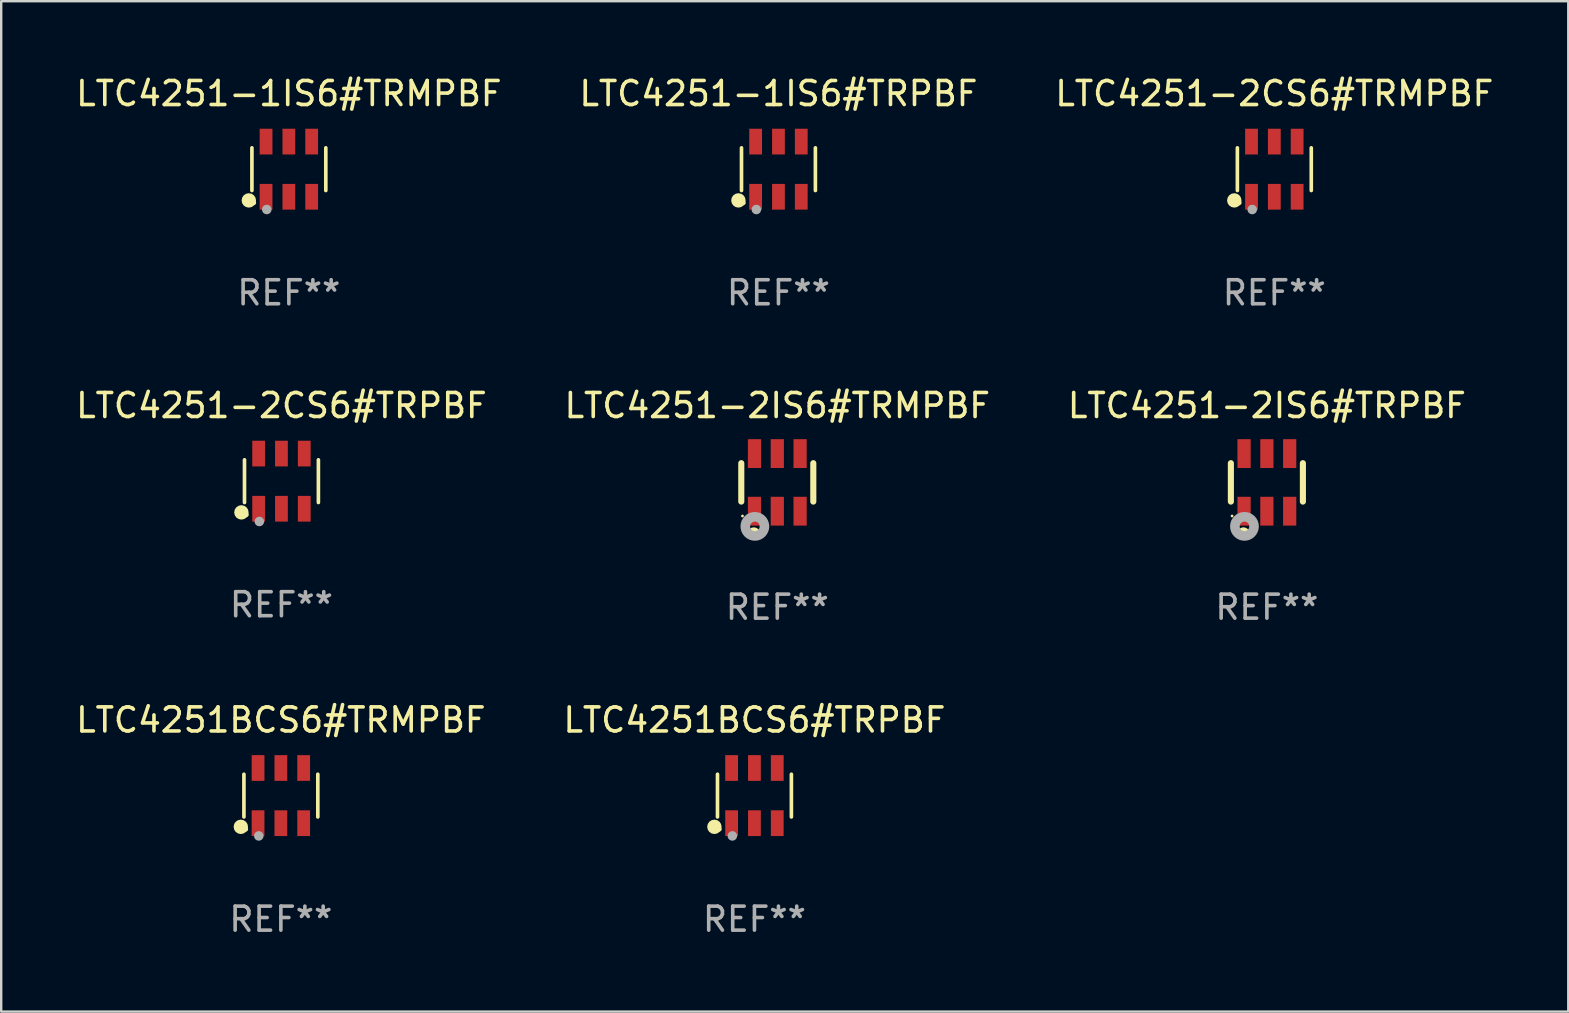
<source format=kicad_pcb>
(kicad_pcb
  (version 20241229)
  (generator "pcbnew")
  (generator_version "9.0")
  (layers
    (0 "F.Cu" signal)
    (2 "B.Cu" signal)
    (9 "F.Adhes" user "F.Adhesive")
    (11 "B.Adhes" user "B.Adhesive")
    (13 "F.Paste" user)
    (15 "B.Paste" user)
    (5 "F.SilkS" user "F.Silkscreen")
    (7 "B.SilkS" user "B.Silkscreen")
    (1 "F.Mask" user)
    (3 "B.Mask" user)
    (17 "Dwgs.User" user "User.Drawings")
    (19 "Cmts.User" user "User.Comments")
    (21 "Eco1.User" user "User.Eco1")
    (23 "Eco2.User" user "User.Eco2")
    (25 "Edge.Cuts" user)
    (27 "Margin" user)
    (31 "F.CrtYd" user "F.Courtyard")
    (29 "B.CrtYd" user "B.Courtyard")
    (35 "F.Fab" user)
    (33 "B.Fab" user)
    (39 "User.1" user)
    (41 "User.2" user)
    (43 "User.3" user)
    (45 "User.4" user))
  (footprint "LTC4251-2IS6#TRPBF"
    (layer "F.Cu")
    (at 49.72 17.043)
    (property "Reference" "LTC4251-2IS6#TRPBF" (at 0 -3.2 0) (layer "F.SilkS") (effects (font (size 1 1) (thickness 0.15))))
    (attr through_hole)
    (fp_line (start -1.5 0.8) (end -1.5 -0.8) (stroke (width 0.254) (type solid)) (layer "F.SilkS"))
    (fp_line (start 1.5 -0.8) (end 1.5 0.8) (stroke (width 0.254) (type solid)) (layer "F.SilkS"))
    (fp_circle (center -1.45 1.4) (end -1.42 1.4) (stroke (width 0.06) (type solid)) (fill no) (layer "F.SilkS"))
    (fp_circle (center -0.975 2.125) (end -0.848 2.125) (stroke (width 0.254) (type solid)) (fill no) (layer "F.SilkS"))
    (fp_circle (center -0.934 1.832) (end -0.735 1.832) (stroke (width 0.4) (type solid)) (fill no) (layer "F.Fab"))
    (fp_text user "REF**" (at 0 5.2 0) (layer "F.Fab") (effects (font (size 1 1) (thickness 0.15))))
    (pad "1" smd rect (at -0.95 1.2) (size 0.55 1.2) (layers "F.Cu" "F.Mask" "F.Paste"))
    (pad "2" smd rect (at 0 1.2) (size 0.55 1.2) (layers "F.Cu" "F.Mask" "F.Paste"))
    (pad "3" smd rect (at 0.95 1.2) (size 0.55 1.2) (layers "F.Cu" "F.Mask" "F.Paste"))
    (pad "4" smd rect (at 0.95 -1.2) (size 0.55 1.2) (layers "F.Cu" "F.Mask" "F.Paste"))
    (pad "5" smd rect (at 0 -1.2) (size 0.55 1.2) (layers "F.Cu" "F.Mask" "F.Paste"))
    (pad "6" smd rect (at -0.95 -1.2) (size 0.55 1.2) (layers "F.Cu" "F.Mask" "F.Paste")))
  (footprint "LTC4251-2CS6#TRPBF"
    (layer "F.Cu")
    (at 8.673 16.992)
    (property "Reference" "LTC4251-2CS6#TRPBF" (at 0 -3.149 0) (layer "F.SilkS") (effects (font (size 1 1) (thickness 0.15))))
    (attr through_hole)
    (fp_line (start -1.539 0.889) (end -1.539 -0.889) (stroke (width 0.152) (type solid)) (layer "F.SilkS"))
    (fp_line (start 1.539 0.889) (end 1.539 -0.889) (stroke (width 0.152) (type solid)) (layer "F.SilkS"))
    (fp_circle (center -1.668 1.301) (end -1.518 1.301) (stroke (width 0.3) (type solid)) (fill no) (layer "F.SilkS"))
    (fp_circle (center -1.463 1.4) (end -1.413 1.4) (stroke (width 0.1) (type solid)) (fill no) (layer "F.SilkS"))
    (fp_circle (center -0.92 1.68) (end -0.82 1.68) (stroke (width 0.2) (type solid)) (fill no) (layer "F.Fab"))
    (fp_text user "REF**" (at 0 5.149 0) (layer "F.Fab") (effects (font (size 1 1) (thickness 0.15))))
    (pad "1" smd rect (at -0.95 1.149) (size 0.532 1.072) (layers "F.Cu" "F.Mask" "F.Paste"))
    (pad "2" smd rect (at 0 1.149) (size 0.532 1.072) (layers "F.Cu" "F.Mask" "F.Paste"))
    (pad "3" smd rect (at 0.95 1.149) (size 0.532 1.072) (layers "F.Cu" "F.Mask" "F.Paste"))
    (pad "4" smd rect (at 0.95 -1.149) (size 0.532 1.072) (layers "F.Cu" "F.Mask" "F.Paste"))
    (pad "5" smd rect (at 0 -1.149) (size 0.532 1.072) (layers "F.Cu" "F.Mask" "F.Paste"))
    (pad "6" smd rect (at -0.95 -1.149) (size 0.532 1.072) (layers "F.Cu" "F.Mask" "F.Paste")))
  (footprint "LTC4251BCS6#TRMPBF"
    (layer "F.Cu")
    (at 8.649 30.089)
    (property "Reference" "LTC4251BCS6#TRMPBF" (at 0 -3.149 0) (layer "F.SilkS") (effects (font (size 1 1) (thickness 0.15))))
    (attr through_hole)
    (fp_line (start -1.539 0.889) (end -1.539 -0.889) (stroke (width 0.152) (type solid)) (layer "F.SilkS"))
    (fp_line (start 1.539 0.889) (end 1.539 -0.889) (stroke (width 0.152) (type solid)) (layer "F.SilkS"))
    (fp_circle (center -1.668 1.301) (end -1.518 1.301) (stroke (width 0.3) (type solid)) (fill no) (layer "F.SilkS"))
    (fp_circle (center -1.463 1.4) (end -1.413 1.4) (stroke (width 0.1) (type solid)) (fill no) (layer "F.SilkS"))
    (fp_circle (center -0.92 1.68) (end -0.82 1.68) (stroke (width 0.2) (type solid)) (fill no) (layer "F.Fab"))
    (fp_text user "REF**" (at 0 5.149 0) (layer "F.Fab") (effects (font (size 1 1) (thickness 0.15))))
    (pad "1" smd rect (at -0.95 1.149) (size 0.532 1.072) (layers "F.Cu" "F.Mask" "F.Paste"))
    (pad "2" smd rect (at 0 1.149) (size 0.532 1.072) (layers "F.Cu" "F.Mask" "F.Paste"))
    (pad "3" smd rect (at 0.95 1.149) (size 0.532 1.072) (layers "F.Cu" "F.Mask" "F.Paste"))
    (pad "4" smd rect (at 0.95 -1.149) (size 0.532 1.072) (layers "F.Cu" "F.Mask" "F.Paste"))
    (pad "5" smd rect (at 0 -1.149) (size 0.532 1.072) (layers "F.Cu" "F.Mask" "F.Paste"))
    (pad "6" smd rect (at -0.95 -1.149) (size 0.532 1.072) (layers "F.Cu" "F.Mask" "F.Paste")))
  (footprint "LTC4251-1IS6#TRPBF"
    (layer "F.Cu")
    (at 29.375 3.997)
    (property "Reference" "LTC4251-1IS6#TRPBF" (at 0 -3.149 0) (layer "F.SilkS") (effects (font (size 1 1) (thickness 0.15))))
    (attr through_hole)
    (fp_line (start -1.539 0.889) (end -1.539 -0.889) (stroke (width 0.152) (type solid)) (layer "F.SilkS"))
    (fp_line (start 1.539 0.889) (end 1.539 -0.889) (stroke (width 0.152) (type solid)) (layer "F.SilkS"))
    (fp_circle (center -1.668 1.301) (end -1.518 1.301) (stroke (width 0.3) (type solid)) (fill no) (layer "F.SilkS"))
    (fp_circle (center -1.463 1.4) (end -1.413 1.4) (stroke (width 0.1) (type solid)) (fill no) (layer "F.SilkS"))
    (fp_circle (center -0.92 1.68) (end -0.82 1.68) (stroke (width 0.2) (type solid)) (fill no) (layer "F.Fab"))
    (fp_text user "REF**" (at 0 5.149 0) (layer "F.Fab") (effects (font (size 1 1) (thickness 0.15))))
    (pad "1" smd rect (at -0.95 1.149) (size 0.532 1.072) (layers "F.Cu" "F.Mask" "F.Paste"))
    (pad "2" smd rect (at 0 1.149) (size 0.532 1.072) (layers "F.Cu" "F.Mask" "F.Paste"))
    (pad "3" smd rect (at 0.95 1.149) (size 0.532 1.072) (layers "F.Cu" "F.Mask" "F.Paste"))
    (pad "4" smd rect (at 0.95 -1.149) (size 0.532 1.072) (layers "F.Cu" "F.Mask" "F.Paste"))
    (pad "5" smd rect (at 0 -1.149) (size 0.532 1.072) (layers "F.Cu" "F.Mask" "F.Paste"))
    (pad "6" smd rect (at -0.95 -1.149) (size 0.532 1.072) (layers "F.Cu" "F.Mask" "F.Paste")))
  (footprint "LTC4251-1IS6#TRMPBF"
    (layer "F.Cu")
    (at 8.982 3.997)
    (property "Reference" "LTC4251-1IS6#TRMPBF" (at 0 -3.149 0) (layer "F.SilkS") (effects (font (size 1 1) (thickness 0.15))))
    (attr through_hole)
    (fp_line (start -1.539 0.889) (end -1.539 -0.889) (stroke (width 0.152) (type solid)) (layer "F.SilkS"))
    (fp_line (start 1.539 0.889) (end 1.539 -0.889) (stroke (width 0.152) (type solid)) (layer "F.SilkS"))
    (fp_circle (center -1.668 1.301) (end -1.518 1.301) (stroke (width 0.3) (type solid)) (fill no) (layer "F.SilkS"))
    (fp_circle (center -1.463 1.4) (end -1.413 1.4) (stroke (width 0.1) (type solid)) (fill no) (layer "F.SilkS"))
    (fp_circle (center -0.92 1.68) (end -0.82 1.68) (stroke (width 0.2) (type solid)) (fill no) (layer "F.Fab"))
    (fp_text user "REF**" (at 0 5.149 0) (layer "F.Fab") (effects (font (size 1 1) (thickness 0.15))))
    (pad "1" smd rect (at -0.95 1.149) (size 0.532 1.072) (layers "F.Cu" "F.Mask" "F.Paste"))
    (pad "2" smd rect (at 0 1.149) (size 0.532 1.072) (layers "F.Cu" "F.Mask" "F.Paste"))
    (pad "3" smd rect (at 0.95 1.149) (size 0.532 1.072) (layers "F.Cu" "F.Mask" "F.Paste"))
    (pad "4" smd rect (at 0.95 -1.149) (size 0.532 1.072) (layers "F.Cu" "F.Mask" "F.Paste"))
    (pad "5" smd rect (at 0 -1.149) (size 0.532 1.072) (layers "F.Cu" "F.Mask" "F.Paste"))
    (pad "6" smd rect (at -0.95 -1.149) (size 0.532 1.072) (layers "F.Cu" "F.Mask" "F.Paste")))
  (footprint "LTC4251BCS6#TRPBF"
    (layer "F.Cu")
    (at 28.375 30.089)
    (property "Reference" "LTC4251BCS6#TRPBF" (at 0 -3.149 0) (layer "F.SilkS") (effects (font (size 1 1) (thickness 0.15))))
    (attr through_hole)
    (fp_line (start -1.539 0.889) (end -1.539 -0.889) (stroke (width 0.152) (type solid)) (layer "F.SilkS"))
    (fp_line (start 1.539 0.889) (end 1.539 -0.889) (stroke (width 0.152) (type solid)) (layer "F.SilkS"))
    (fp_circle (center -1.668 1.301) (end -1.518 1.301) (stroke (width 0.3) (type solid)) (fill no) (layer "F.SilkS"))
    (fp_circle (center -1.463 1.4) (end -1.413 1.4) (stroke (width 0.1) (type solid)) (fill no) (layer "F.SilkS"))
    (fp_circle (center -0.92 1.68) (end -0.82 1.68) (stroke (width 0.2) (type solid)) (fill no) (layer "F.Fab"))
    (fp_text user "REF**" (at 0 5.149 0) (layer "F.Fab") (effects (font (size 1 1) (thickness 0.15))))
    (pad "1" smd rect (at -0.95 1.149) (size 0.532 1.072) (layers "F.Cu" "F.Mask" "F.Paste"))
    (pad "2" smd rect (at 0 1.149) (size 0.532 1.072) (layers "F.Cu" "F.Mask" "F.Paste"))
    (pad "3" smd rect (at 0.95 1.149) (size 0.532 1.072) (layers "F.Cu" "F.Mask" "F.Paste"))
    (pad "4" smd rect (at 0.95 -1.149) (size 0.532 1.072) (layers "F.Cu" "F.Mask" "F.Paste"))
    (pad "5" smd rect (at 0 -1.149) (size 0.532 1.072) (layers "F.Cu" "F.Mask" "F.Paste"))
    (pad "6" smd rect (at -0.95 -1.149) (size 0.532 1.072) (layers "F.Cu" "F.Mask" "F.Paste")))
  (footprint "LTC4251-2IS6#TRMPBF"
    (layer "F.Cu")
    (at 29.327 17.043)
    (property "Reference" "LTC4251-2IS6#TRMPBF" (at 0 -3.2 0) (layer "F.SilkS") (effects (font (size 1 1) (thickness 0.15))))
    (attr through_hole)
    (fp_line (start -1.5 0.8) (end -1.5 -0.8) (stroke (width 0.254) (type solid)) (layer "F.SilkS"))
    (fp_line (start 1.5 -0.8) (end 1.5 0.8) (stroke (width 0.254) (type solid)) (layer "F.SilkS"))
    (fp_circle (center -1.45 1.4) (end -1.42 1.4) (stroke (width 0.06) (type solid)) (fill no) (layer "F.SilkS"))
    (fp_circle (center -0.975 2.125) (end -0.848 2.125) (stroke (width 0.254) (type solid)) (fill no) (layer "F.SilkS"))
    (fp_circle (center -0.934 1.832) (end -0.735 1.832) (stroke (width 0.4) (type solid)) (fill no) (layer "F.Fab"))
    (fp_text user "REF**" (at 0 5.2 0) (layer "F.Fab") (effects (font (size 1 1) (thickness 0.15))))
    (pad "1" smd rect (at -0.95 1.2) (size 0.55 1.2) (layers "F.Cu" "F.Mask" "F.Paste"))
    (pad "2" smd rect (at 0 1.2) (size 0.55 1.2) (layers "F.Cu" "F.Mask" "F.Paste"))
    (pad "3" smd rect (at 0.95 1.2) (size 0.55 1.2) (layers "F.Cu" "F.Mask" "F.Paste"))
    (pad "4" smd rect (at 0.95 -1.2) (size 0.55 1.2) (layers "F.Cu" "F.Mask" "F.Paste"))
    (pad "5" smd rect (at 0 -1.2) (size 0.55 1.2) (layers "F.Cu" "F.Mask" "F.Paste"))
    (pad "6" smd rect (at -0.95 -1.2) (size 0.55 1.2) (layers "F.Cu" "F.Mask" "F.Paste")))
  (footprint "LTC4251-2CS6#TRMPBF"
    (layer "F.Cu")
    (at 50.03 3.997)
    (property "Reference" "LTC4251-2CS6#TRMPBF" (at 0 -3.149 0) (layer "F.SilkS") (effects (font (size 1 1) (thickness 0.15))))
    (attr through_hole)
    (fp_line (start -1.539 0.889) (end -1.539 -0.889) (stroke (width 0.152) (type solid)) (layer "F.SilkS"))
    (fp_line (start 1.539 0.889) (end 1.539 -0.889) (stroke (width 0.152) (type solid)) (layer "F.SilkS"))
    (fp_circle (center -1.668 1.301) (end -1.518 1.301) (stroke (width 0.3) (type solid)) (fill no) (layer "F.SilkS"))
    (fp_circle (center -1.463 1.4) (end -1.413 1.4) (stroke (width 0.1) (type solid)) (fill no) (layer "F.SilkS"))
    (fp_circle (center -0.92 1.68) (end -0.82 1.68) (stroke (width 0.2) (type solid)) (fill no) (layer "F.Fab"))
    (fp_text user "REF**" (at 0 5.149 0) (layer "F.Fab") (effects (font (size 1 1) (thickness 0.15))))
    (pad "1" smd rect (at -0.95 1.149) (size 0.532 1.072) (layers "F.Cu" "F.Mask" "F.Paste"))
    (pad "2" smd rect (at 0 1.149) (size 0.532 1.072) (layers "F.Cu" "F.Mask" "F.Paste"))
    (pad "3" smd rect (at 0.95 1.149) (size 0.532 1.072) (layers "F.Cu" "F.Mask" "F.Paste"))
    (pad "4" smd rect (at 0.95 -1.149) (size 0.532 1.072) (layers "F.Cu" "F.Mask" "F.Paste"))
    (pad "5" smd rect (at 0 -1.149) (size 0.532 1.072) (layers "F.Cu" "F.Mask" "F.Paste"))
    (pad "6" smd rect (at -0.95 -1.149) (size 0.532 1.072) (layers "F.Cu" "F.Mask" "F.Paste")))
  (gr_rect
    (start -3 -3)
    (end 62.274 39.086)
    (stroke (width 0.1) (type default))
    (fill no)
    (layer "Edge.Cuts")))
</source>
